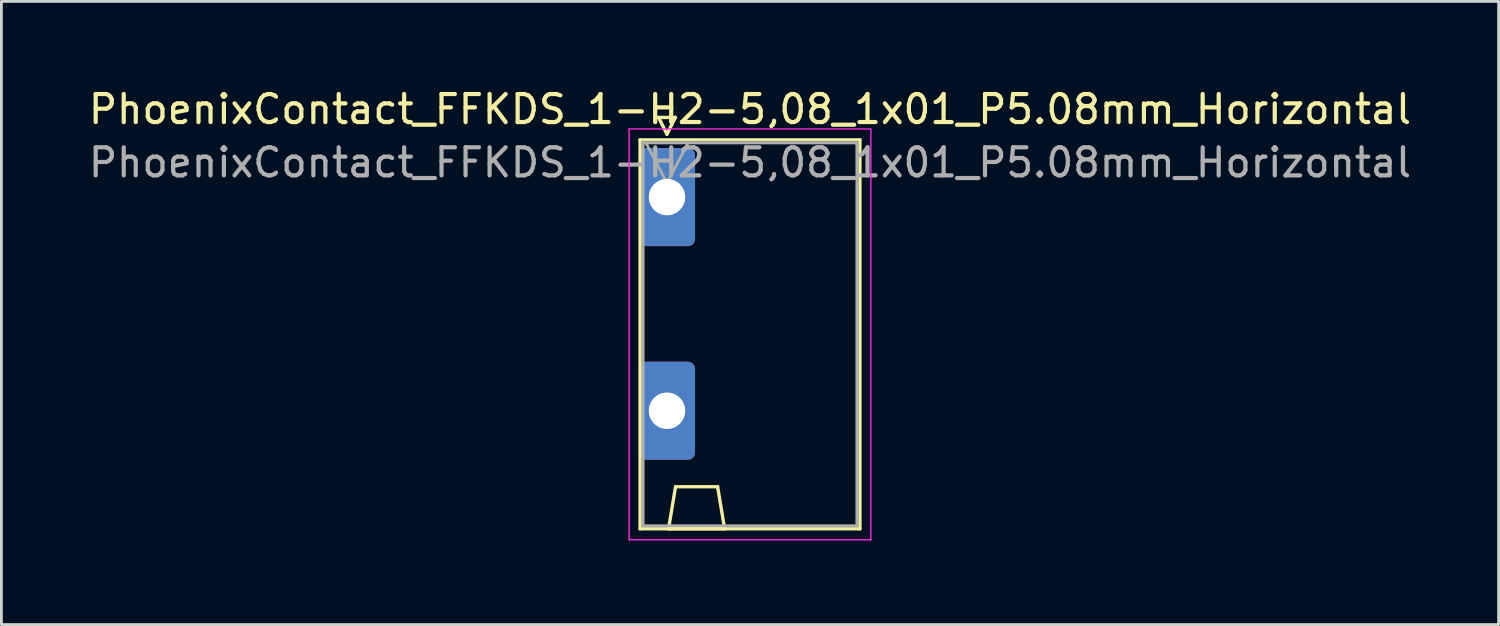
<source format=kicad_pcb>
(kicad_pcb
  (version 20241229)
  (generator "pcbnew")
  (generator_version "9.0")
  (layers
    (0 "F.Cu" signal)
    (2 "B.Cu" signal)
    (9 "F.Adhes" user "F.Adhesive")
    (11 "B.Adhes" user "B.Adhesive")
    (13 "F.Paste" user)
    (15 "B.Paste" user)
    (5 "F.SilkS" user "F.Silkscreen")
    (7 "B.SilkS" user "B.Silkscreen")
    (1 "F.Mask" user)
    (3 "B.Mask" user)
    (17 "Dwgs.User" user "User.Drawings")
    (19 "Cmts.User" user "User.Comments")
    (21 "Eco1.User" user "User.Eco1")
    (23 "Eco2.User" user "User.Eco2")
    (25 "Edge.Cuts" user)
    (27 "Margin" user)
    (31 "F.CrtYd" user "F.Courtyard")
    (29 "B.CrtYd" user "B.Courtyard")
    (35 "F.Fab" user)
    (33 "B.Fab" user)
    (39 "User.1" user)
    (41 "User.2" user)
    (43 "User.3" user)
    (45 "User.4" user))
  (footprint "PhoenixContact_FFKDS_1-H2-5,08_1x01_P5.08mm_Horizontal"
    (layer "F.Cu")
    (at 20.736 3.978)
    (property "Reference" "PhoenixContact_FFKDS_1-H2-5,08_1x01_P5.08mm_Horizontal" (at 2.96 -3.13 0) (layer "F.SilkS") (effects (font (size 1 1) (thickness 0.15))))
    (attr through_hole)
    (fp_line (start -0.96 -2.04) (end -0.96 11.83) (stroke (width 0.12) (type solid)) (layer "F.SilkS"))
    (fp_line (start -0.96 11.83) (end 6.88 11.83) (stroke (width 0.12) (type solid)) (layer "F.SilkS"))
    (fp_line (start -0.3 -2.84) (end 0.3 -2.84) (stroke (width 0.12) (type solid)) (layer "F.SilkS"))
    (fp_line (start 0 -2.24) (end -0.3 -2.84) (stroke (width 0.12) (type solid)) (layer "F.SilkS"))
    (fp_line (start 0.055 11.83) (end 2.055 11.83) (stroke (width 0.12) (type solid)) (layer "F.SilkS"))
    (fp_line (start 0.3 -2.84) (end 0 -2.24) (stroke (width 0.12) (type solid)) (layer "F.SilkS"))
    (fp_line (start 0.305 10.33) (end 0.055 11.83) (stroke (width 0.12) (type solid)) (layer "F.SilkS"))
    (fp_line (start 1.805 10.33) (end 0.305 10.33) (stroke (width 0.12) (type solid)) (layer "F.SilkS"))
    (fp_line (start 2.055 11.83) (end 1.805 10.33) (stroke (width 0.12) (type solid)) (layer "F.SilkS"))
    (fp_line (start 6.88 -2.04) (end -0.96 -2.04) (stroke (width 0.12) (type solid)) (layer "F.SilkS"))
    (fp_line (start 6.88 11.83) (end 6.88 -2.04) (stroke (width 0.12) (type solid)) (layer "F.SilkS"))
    (fp_line (start -1.35 -2.43) (end -1.35 12.22) (stroke (width 0.05) (type solid)) (layer "F.CrtYd"))
    (fp_line (start -1.35 12.22) (end 7.27 12.22) (stroke (width 0.05) (type solid)) (layer "F.CrtYd"))
    (fp_line (start 7.27 -2.43) (end -1.35 -2.43) (stroke (width 0.05) (type solid)) (layer "F.CrtYd"))
    (fp_line (start 7.27 12.22) (end 7.27 -2.43) (stroke (width 0.05) (type solid)) (layer "F.CrtYd"))
    (fp_line (start -0.85 -1.93) (end -0.85 11.72) (stroke (width 0.1) (type solid)) (layer "F.Fab"))
    (fp_line (start -0.85 11.72) (end 6.77 11.72) (stroke (width 0.1) (type solid)) (layer "F.Fab"))
    (fp_line (start 0 -0.5) (end -0.75 -1.93) (stroke (width 0.1) (type solid)) (layer "F.Fab"))
    (fp_line (start 0.75 -1.93) (end 0 -0.5) (stroke (width 0.1) (type solid)) (layer "F.Fab"))
    (fp_line (start 6.77 -1.93) (end -0.85 -1.93) (stroke (width 0.1) (type solid)) (layer "F.Fab"))
    (fp_line (start 6.77 11.72) (end 6.77 -1.93) (stroke (width 0.1) (type solid)) (layer "F.Fab"))
    (fp_text user "${REFERENCE}" (at 2.96 -1.23 0) (layer "F.Fab") (effects (font (size 1 1) (thickness 0.15))))
    (pad "1" thru_hole roundrect (at 0 0) (size 2 3.5) (drill 1.3) (layers "*.Cu" "*.Mask") (roundrect_rratio 0.125))
    (pad "1" thru_hole roundrect (at 0 7.62) (size 2 3.5) (drill 1.3) (layers "*.Cu" "*.Mask") (roundrect_rratio 0.125)))
  (gr_rect
    (start -3 -3)
    (end 50.393 19.223)
    (stroke (width 0.1) (type default))
    (fill no)
    (layer "Edge.Cuts")))
</source>
